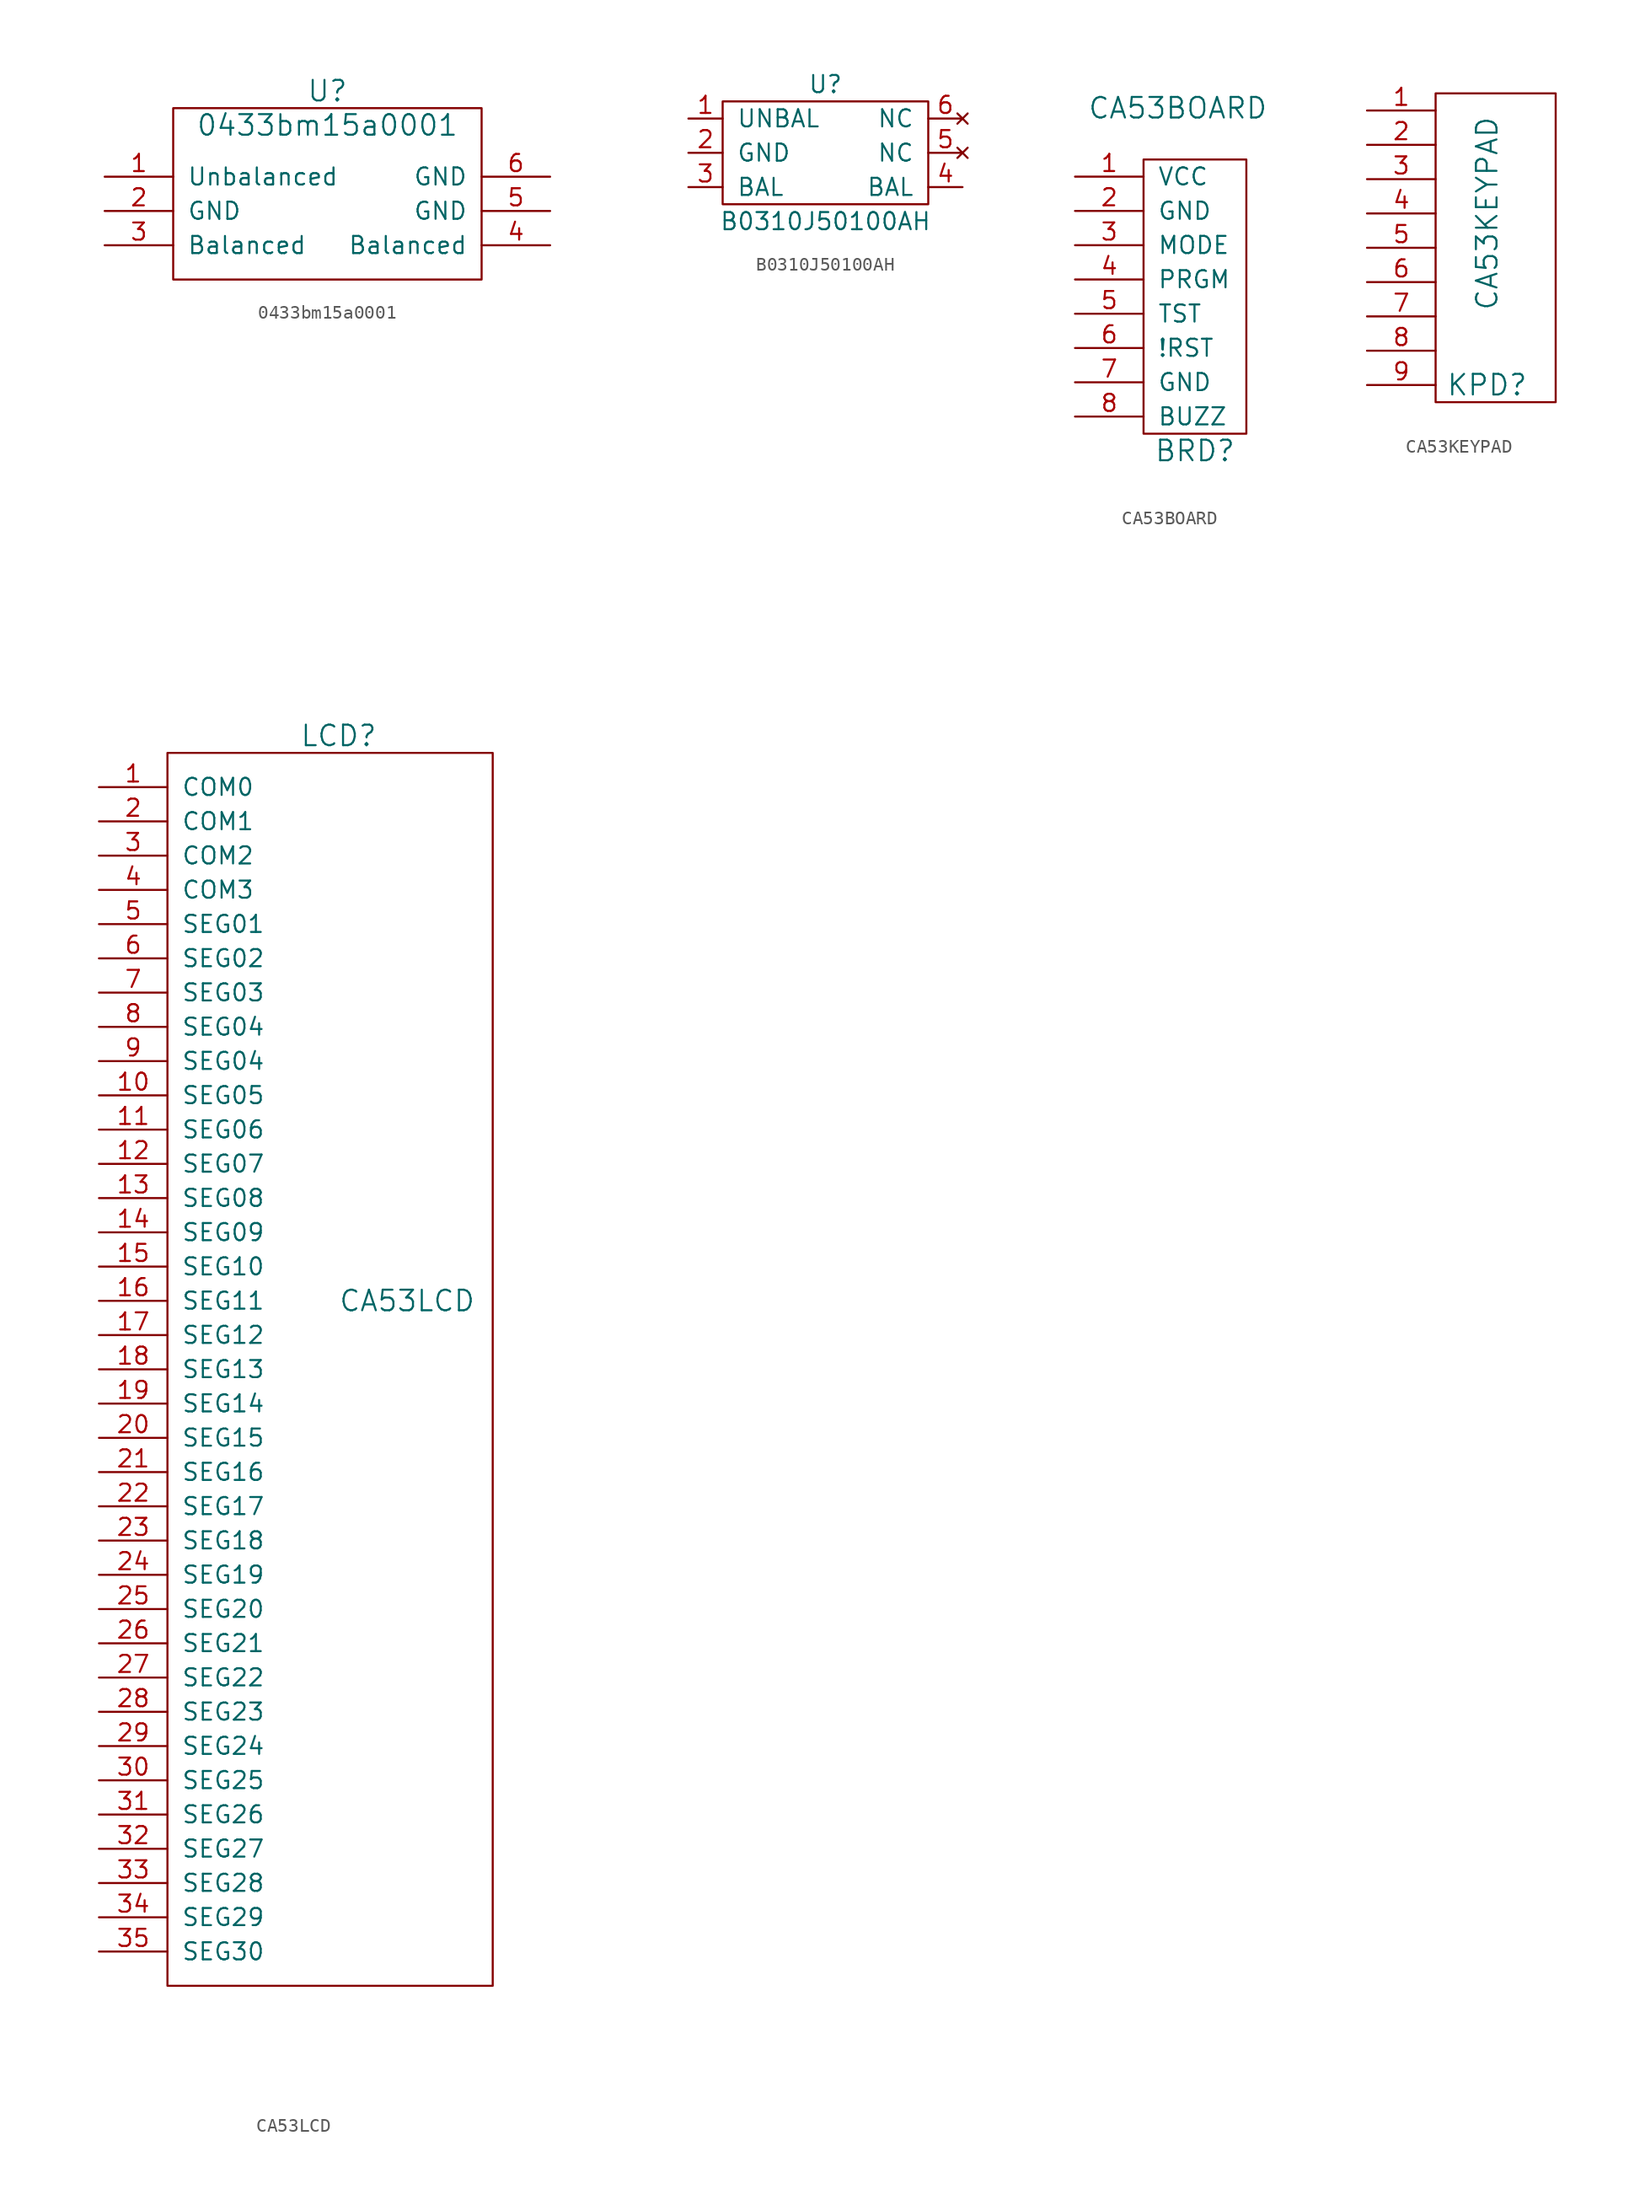
<source format=kicad_sym>
(kicad_symbol_lib
  (version 20211014)
  (generator kicad_symbol_editor)
  (symbol "0433bm15a0001"
    (pin_names
      (offset 1.016))
    (property "Reference" "U"
      (at -1.27 10.16 0)
      (effects (font (size 1.524 1.524))))
    (property "Value" "0433bm15a0001"
      (at -1.27 7.62 0)
      (effects (font (size 1.524 1.524))))
    (symbol "0433bm15a0001_0_1"
      (rectangle (start -12.7 -3.81) (end 10.16 8.89) (stroke (width 0) (type default) (color 0 0 0 0)) (fill (type none))))
    (symbol "0433bm15a0001_1_1"
      (pin input line (at -17.78 3.81 0) (length 5.08) (name "Unbalanced" (effects (font (size 1.27 1.27)))) (number "1" (effects (font (size 1.27 1.27)))))
      (pin input line (at -17.78 1.27 0) (length 5.08) (name "GND" (effects (font (size 1.27 1.27)))) (number "2" (effects (font (size 1.27 1.27)))))
      (pin input line (at -17.78 -1.27 0) (length 5.08) (name "Balanced" (effects (font (size 1.27 1.27)))) (number "3" (effects (font (size 1.27 1.27)))))
      (pin input line (at 15.24 -1.27 180) (length 5.08) (name "Balanced" (effects (font (size 1.27 1.27)))) (number "4" (effects (font (size 1.27 1.27)))))
      (pin input line (at 15.24 1.27 180) (length 5.08) (name "GND" (effects (font (size 1.27 1.27)))) (number "5" (effects (font (size 1.27 1.27)))))
      (pin input line (at 15.24 3.81 180) (length 5.08) (name "GND" (effects (font (size 1.27 1.27)))) (number "6" (effects (font (size 1.27 1.27)))))))
  (symbol "B0310J50100AH"
    (pin_names
      (offset 1.016))
    (property "Reference" "U"
      (at 0 7.62 0)
      (effects (font (size 1.27 1.27))))
    (property "Value" "B0310J50100AH"
      (at 0 -2.54 0)
      (effects (font (size 1.27 1.27))))
    (symbol "B0310J50100AH_0_1"
      (rectangle (start -7.62 6.35) (end 7.62 -1.27) (stroke (width 0) (type default) (color 0 0 0 0)) (fill (type none))))
    (symbol "B0310J50100AH_1_1"
      (pin passive line (at -10.16 5.08 0) (length 2.54) (name "UNBAL" (effects (font (size 1.27 1.27)))) (number "1" (effects (font (size 1.27 1.27)))))
      (pin power_in line (at -10.16 2.54 0) (length 2.54) (name "GND" (effects (font (size 1.27 1.27)))) (number "2" (effects (font (size 1.27 1.27)))))
      (pin passive line (at -10.16 0 0) (length 2.54) (name "BAL" (effects (font (size 1.27 1.27)))) (number "3" (effects (font (size 1.27 1.27)))))
      (pin passive line (at 10.16 0 180) (length 2.54) (name "BAL" (effects (font (size 1.27 1.27)))) (number "4" (effects (font (size 1.27 1.27)))))
      (pin no_connect line (at 10.16 2.54 180) (length 2.54) (name "NC" (effects (font (size 1.27 1.27)))) (number "5" (effects (font (size 1.27 1.27)))))
      (pin no_connect line (at 10.16 5.08 180) (length 2.54) (name "NC" (effects (font (size 1.27 1.27)))) (number "6" (effects (font (size 1.27 1.27)))))))
  (symbol "CA53BOARD"
    (pin_names
      (offset 1.016))
    (property "Reference" "BRD"
      (at 12.7 -7.62 0)
      (effects (font (size 1.524 1.524))))
    (property "Value" "CA53BOARD"
      (at 11.43 17.78 0)
      (effects (font (size 1.524 1.524))))
    (symbol "CA53BOARD_0_1"
      (rectangle (start 8.89 -6.35) (end 16.51 13.97) (stroke (width 0) (type default) (color 0 0 0 0)) (fill (type none))))
    (symbol "CA53BOARD_1_1"
      (pin power_out line (at 3.81 12.7 0) (length 5.08) (name "VCC" (effects (font (size 1.27 1.27)))) (number "1" (effects (font (size 1.27 1.27)))))
      (pin power_out line (at 3.81 10.16 0) (length 5.08) (name "GND" (effects (font (size 1.27 1.27)))) (number "2" (effects (font (size 1.27 1.27)))))
      (pin output line (at 3.81 7.62 0) (length 5.08) (name "MODE" (effects (font (size 1.27 1.27)))) (number "3" (effects (font (size 1.27 1.27)))))
      (pin output line (at 3.81 5.08 0) (length 5.08) (name "PRGM" (effects (font (size 1.27 1.27)))) (number "4" (effects (font (size 1.27 1.27)))))
      (pin input line (at 3.81 2.54 0) (length 5.08) (name "TST" (effects (font (size 1.27 1.27)))) (number "5" (effects (font (size 1.27 1.27)))))
      (pin input line (at 3.81 0 0) (length 5.08) (name "!RST" (effects (font (size 1.27 1.27)))) (number "6" (effects (font (size 1.27 1.27)))))
      (pin input line (at 3.81 -2.54 0) (length 5.08) (name "GND" (effects (font (size 1.27 1.27)))) (number "7" (effects (font (size 1.27 1.27)))))
      (pin input line (at 3.81 -5.08 0) (length 5.08) (name "BUZZ" (effects (font (size 1.27 1.27)))) (number "8" (effects (font (size 1.27 1.27)))))))
  (symbol "CA53KEYPAD"
    (pin_names
      (offset 1.016))
    (property "Reference" "KPD"
      (at 3.81 -10.16 0)
      (effects (font (size 1.524 1.524))))
    (property "Value" "CA53KEYPAD"
      (at 3.81 2.54 90)
      (effects (font (size 1.524 1.524))))
    (symbol "CA53KEYPAD_0_1"
      (rectangle (start 0 11.43) (end 8.89 -11.43) (stroke (width 0) (type default) (color 0 0 0 0)) (fill (type none))))
    (symbol "CA53KEYPAD_1_1"
      (pin input line (at -5.08 10.16 0) (length 5.08) (name "~" (effects (font (size 1.27 1.27)))) (number "1" (effects (font (size 1.27 1.27)))))
      (pin input line (at -5.08 7.62 0) (length 5.08) (name "~" (effects (font (size 1.27 1.27)))) (number "2" (effects (font (size 1.27 1.27)))))
      (pin input line (at -5.08 5.08 0) (length 5.08) (name "~" (effects (font (size 1.27 1.27)))) (number "3" (effects (font (size 1.27 1.27)))))
      (pin input line (at -5.08 2.54 0) (length 5.08) (name "~" (effects (font (size 1.27 1.27)))) (number "4" (effects (font (size 1.27 1.27)))))
      (pin input line (at -5.08 0 0) (length 5.08) (name "~" (effects (font (size 1.27 1.27)))) (number "5" (effects (font (size 1.27 1.27)))))
      (pin input line (at -5.08 -2.54 0) (length 5.08) (name "~" (effects (font (size 1.27 1.27)))) (number "6" (effects (font (size 1.27 1.27)))))
      (pin input line (at -5.08 -5.08 0) (length 5.08) (name "~" (effects (font (size 1.27 1.27)))) (number "7" (effects (font (size 1.27 1.27)))))
      (pin input line (at -5.08 -7.62 0) (length 5.08) (name "~" (effects (font (size 1.27 1.27)))) (number "8" (effects (font (size 1.27 1.27)))))
      (pin input line (at -5.08 -10.16 0) (length 5.08) (name "~" (effects (font (size 1.27 1.27)))) (number "9" (effects (font (size 1.27 1.27)))))))
  (symbol "CA53LCD"
    (pin_names
      (offset 1.016))
    (property "Reference" "LCD"
      (at -5.08 45.72 0)
      (effects (font (size 1.524 1.524))))
    (property "Value" "CA53LCD"
      (at 0 3.81 0)
      (effects (font (size 1.524 1.524))))
    (symbol "CA53LCD_0_1"
      (rectangle (start 6.35 -46.99) (end -17.78 44.45) (stroke (width 0) (type default) (color 0 0 0 0)) (fill (type none))))
    (symbol "CA53LCD_1_1"
      (pin input line (at -22.86 41.91 0) (length 5.08) (name "COM0" (effects (font (size 1.27 1.27)))) (number "1" (effects (font (size 1.27 1.27)))))
      (pin input line (at -22.86 19.05 0) (length 5.08) (name "SEG05" (effects (font (size 1.27 1.27)))) (number "10" (effects (font (size 1.27 1.27)))))
      (pin input line (at -22.86 16.51 0) (length 5.08) (name "SEG06" (effects (font (size 1.27 1.27)))) (number "11" (effects (font (size 1.27 1.27)))))
      (pin input line (at -22.86 13.97 0) (length 5.08) (name "SEG07" (effects (font (size 1.27 1.27)))) (number "12" (effects (font (size 1.27 1.27)))))
      (pin input line (at -22.86 11.43 0) (length 5.08) (name "SEG08" (effects (font (size 1.27 1.27)))) (number "13" (effects (font (size 1.27 1.27)))))
      (pin input line (at -22.86 8.89 0) (length 5.08) (name "SEG09" (effects (font (size 1.27 1.27)))) (number "14" (effects (font (size 1.27 1.27)))))
      (pin input line (at -22.86 6.35 0) (length 5.08) (name "SEG10" (effects (font (size 1.27 1.27)))) (number "15" (effects (font (size 1.27 1.27)))))
      (pin input line (at -22.86 3.81 0) (length 5.08) (name "SEG11" (effects (font (size 1.27 1.27)))) (number "16" (effects (font (size 1.27 1.27)))))
      (pin input line (at -22.86 1.27 0) (length 5.08) (name "SEG12" (effects (font (size 1.27 1.27)))) (number "17" (effects (font (size 1.27 1.27)))))
      (pin input line (at -22.86 -1.27 0) (length 5.08) (name "SEG13" (effects (font (size 1.27 1.27)))) (number "18" (effects (font (size 1.27 1.27)))))
      (pin input line (at -22.86 -3.81 0) (length 5.08) (name "SEG14" (effects (font (size 1.27 1.27)))) (number "19" (effects (font (size 1.27 1.27)))))
      (pin input line (at -22.86 39.37 0) (length 5.08) (name "COM1" (effects (font (size 1.27 1.27)))) (number "2" (effects (font (size 1.27 1.27)))))
      (pin input line (at -22.86 -6.35 0) (length 5.08) (name "SEG15" (effects (font (size 1.27 1.27)))) (number "20" (effects (font (size 1.27 1.27)))))
      (pin input line (at -22.86 -8.89 0) (length 5.08) (name "SEG16" (effects (font (size 1.27 1.27)))) (number "21" (effects (font (size 1.27 1.27)))))
      (pin input line (at -22.86 -11.43 0) (length 5.08) (name "SEG17" (effects (font (size 1.27 1.27)))) (number "22" (effects (font (size 1.27 1.27)))))
      (pin input line (at -22.86 -13.97 0) (length 5.08) (name "SEG18" (effects (font (size 1.27 1.27)))) (number "23" (effects (font (size 1.27 1.27)))))
      (pin input line (at -22.86 -16.51 0) (length 5.08) (name "SEG19" (effects (font (size 1.27 1.27)))) (number "24" (effects (font (size 1.27 1.27)))))
      (pin input line (at -22.86 -19.05 0) (length 5.08) (name "SEG20" (effects (font (size 1.27 1.27)))) (number "25" (effects (font (size 1.27 1.27)))))
      (pin input line (at -22.86 -21.59 0) (length 5.08) (name "SEG21" (effects (font (size 1.27 1.27)))) (number "26" (effects (font (size 1.27 1.27)))))
      (pin input line (at -22.86 -24.13 0) (length 5.08) (name "SEG22" (effects (font (size 1.27 1.27)))) (number "27" (effects (font (size 1.27 1.27)))))
      (pin input line (at -22.86 -26.67 0) (length 5.08) (name "SEG23" (effects (font (size 1.27 1.27)))) (number "28" (effects (font (size 1.27 1.27)))))
      (pin input line (at -22.86 -29.21 0) (length 5.08) (name "SEG24" (effects (font (size 1.27 1.27)))) (number "29" (effects (font (size 1.27 1.27)))))
      (pin input line (at -22.86 36.83 0) (length 5.08) (name "COM2" (effects (font (size 1.27 1.27)))) (number "3" (effects (font (size 1.27 1.27)))))
      (pin input line (at -22.86 -31.75 0) (length 5.08) (name "SEG25" (effects (font (size 1.27 1.27)))) (number "30" (effects (font (size 1.27 1.27)))))
      (pin input line (at -22.86 -34.29 0) (length 5.08) (name "SEG26" (effects (font (size 1.27 1.27)))) (number "31" (effects (font (size 1.27 1.27)))))
      (pin input line (at -22.86 -36.83 0) (length 5.08) (name "SEG27" (effects (font (size 1.27 1.27)))) (number "32" (effects (font (size 1.27 1.27)))))
      (pin input line (at -22.86 -39.37 0) (length 5.08) (name "SEG28" (effects (font (size 1.27 1.27)))) (number "33" (effects (font (size 1.27 1.27)))))
      (pin input line (at -22.86 -41.91 0) (length 5.08) (name "SEG29" (effects (font (size 1.27 1.27)))) (number "34" (effects (font (size 1.27 1.27)))))
      (pin input line (at -22.86 -44.45 0) (length 5.08) (name "SEG30" (effects (font (size 1.27 1.27)))) (number "35" (effects (font (size 1.27 1.27)))))
      (pin input line (at -22.86 34.29 0) (length 5.08) (name "COM3" (effects (font (size 1.27 1.27)))) (number "4" (effects (font (size 1.27 1.27)))))
      (pin input line (at -22.86 31.75 0) (length 5.08) (name "SEG01" (effects (font (size 1.27 1.27)))) (number "5" (effects (font (size 1.27 1.27)))))
      (pin input line (at -22.86 29.21 0) (length 5.08) (name "SEG02" (effects (font (size 1.27 1.27)))) (number "6" (effects (font (size 1.27 1.27)))))
      (pin input line (at -22.86 26.67 0) (length 5.08) (name "SEG03" (effects (font (size 1.27 1.27)))) (number "7" (effects (font (size 1.27 1.27)))))
      (pin input line (at -22.86 24.13 0) (length 5.08) (name "SEG04" (effects (font (size 1.27 1.27)))) (number "8" (effects (font (size 1.27 1.27)))))
      (pin input line (at -22.86 21.59 0) (length 5.08) (name "SEG04" (effects (font (size 1.27 1.27)))) (number "9" (effects (font (size 1.27 1.27))))))))
</source>
